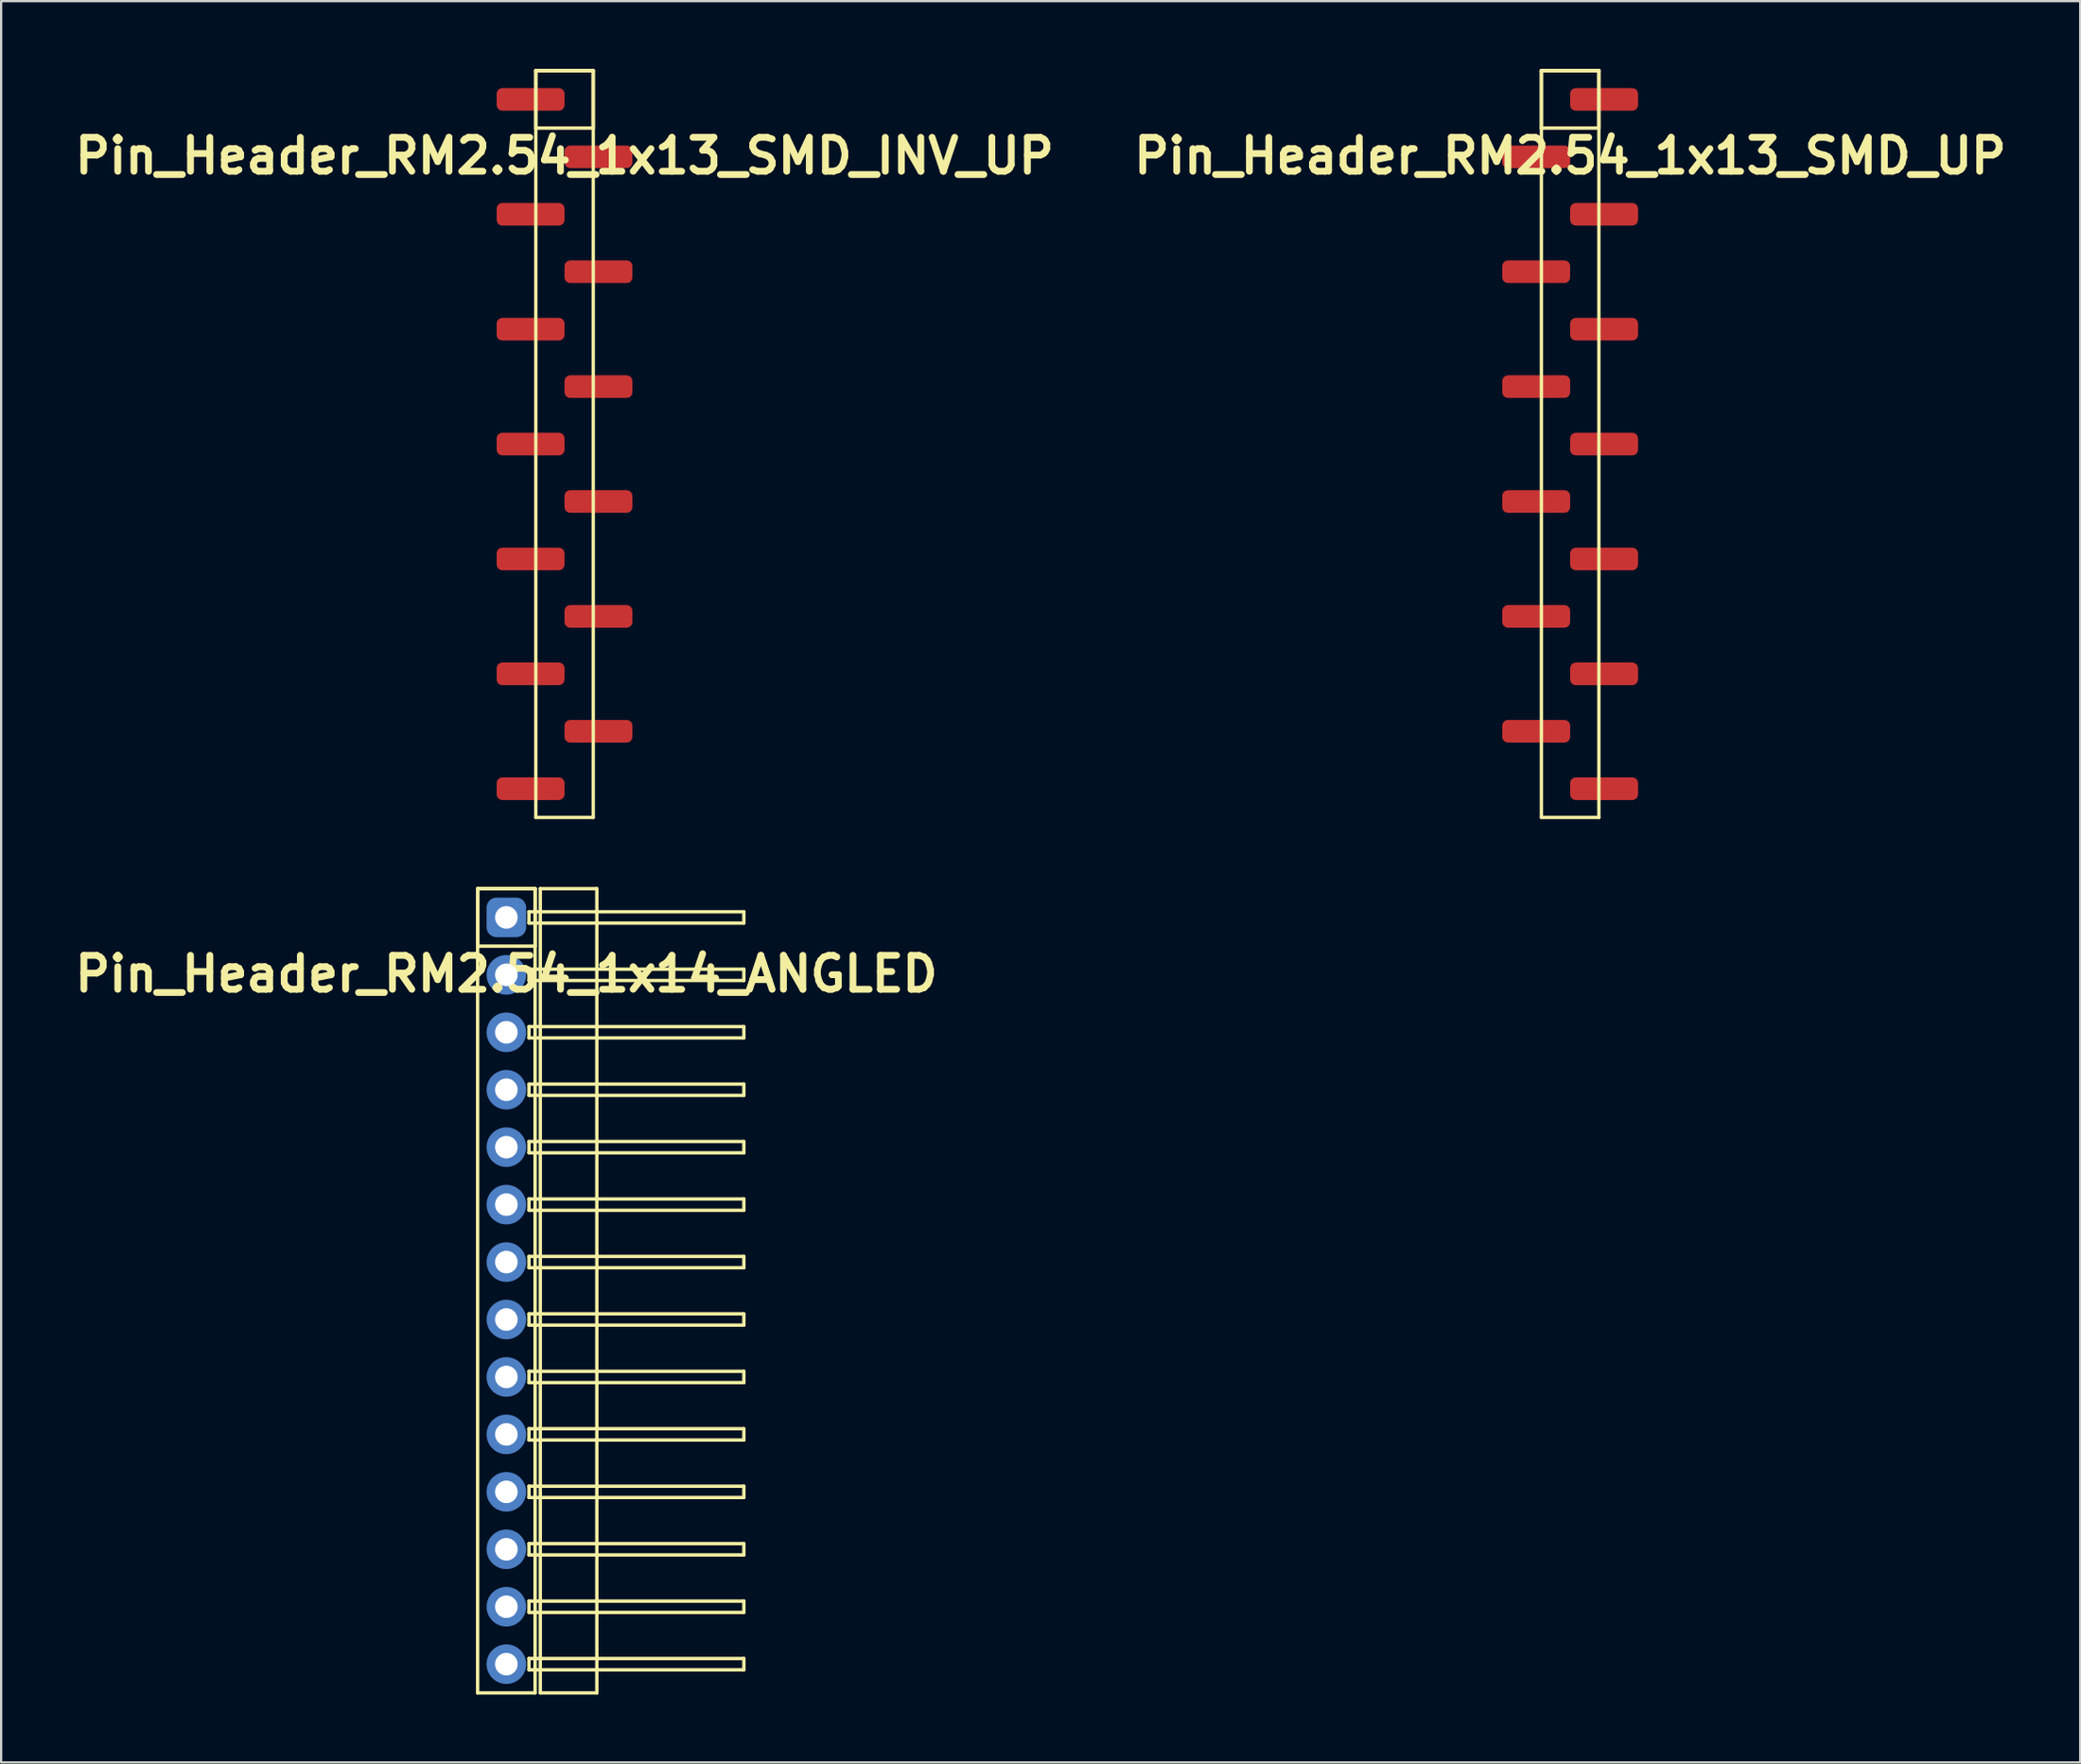
<source format=kicad_pcb>
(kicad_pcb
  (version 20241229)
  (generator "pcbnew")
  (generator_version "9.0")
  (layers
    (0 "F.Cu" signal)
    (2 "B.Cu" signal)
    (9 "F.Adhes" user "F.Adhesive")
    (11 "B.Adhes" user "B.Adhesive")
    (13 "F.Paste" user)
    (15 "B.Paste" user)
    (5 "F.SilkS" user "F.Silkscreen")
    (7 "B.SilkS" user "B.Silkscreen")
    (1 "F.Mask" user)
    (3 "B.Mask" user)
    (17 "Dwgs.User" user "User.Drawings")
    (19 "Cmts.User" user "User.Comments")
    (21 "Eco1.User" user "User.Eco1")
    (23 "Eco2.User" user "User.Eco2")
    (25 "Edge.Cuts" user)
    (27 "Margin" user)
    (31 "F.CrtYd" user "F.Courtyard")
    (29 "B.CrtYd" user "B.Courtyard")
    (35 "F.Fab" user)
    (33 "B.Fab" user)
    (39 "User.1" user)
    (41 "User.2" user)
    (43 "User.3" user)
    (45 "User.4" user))
  (footprint "Pin_Header_RM2.54_1x13_SMD_UP"
    (layer "F.Cu")
    (at 66.364 1.345)
    (property "Reference" "Pin_Header_RM2.54_1x13_SMD_UP" (at 0 2.5 0) (layer "F.SilkS") (effects (font (size 1.5 1.5) (thickness 0.3))))
    (attr through_hole)
    (fp_line (start -1.27 -1.27) (end 1.27 -1.27) (stroke (width 0.15) (type solid)) (layer "F.SilkS"))
    (fp_line (start -1.27 -1.27) (end 1.27 -1.27) (stroke (width 0.15) (type solid)) (layer "F.SilkS"))
    (fp_line (start -1.27 1.27) (end -1.27 -1.27) (stroke (width 0.15) (type solid)) (layer "F.SilkS"))
    (fp_line (start -1.27 31.75) (end -1.27 -1.27) (stroke (width 0.15) (type solid)) (layer "F.SilkS"))
    (fp_line (start 1.27 -1.27) (end 1.27 1.27) (stroke (width 0.15) (type solid)) (layer "F.SilkS"))
    (fp_line (start 1.27 -1.27) (end 1.27 31.75) (stroke (width 0.15) (type solid)) (layer "F.SilkS"))
    (fp_line (start 1.27 1.27) (end -1.27 1.27) (stroke (width 0.15) (type solid)) (layer "F.SilkS"))
    (fp_line (start 1.27 31.75) (end -1.27 31.75) (stroke (width 0.15) (type solid)) (layer "F.SilkS"))
    (pad "1" smd roundrect (at 1.5 0) (size 3 1) (layers "F.Cu" "F.Mask") (roundrect_rratio 0.25))
    (pad "2" smd roundrect (at -1.5 2.54) (size 3 1) (layers "F.Cu" "F.Mask") (roundrect_rratio 0.25))
    (pad "3" smd roundrect (at 1.5 5.08) (size 3 1) (layers "F.Cu" "F.Mask") (roundrect_rratio 0.25))
    (pad "4" smd roundrect (at -1.5 7.62) (size 3 1) (layers "F.Cu" "F.Mask") (roundrect_rratio 0.25))
    (pad "5" smd roundrect (at 1.5 10.16) (size 3 1) (layers "F.Cu" "F.Mask") (roundrect_rratio 0.25))
    (pad "6" smd roundrect (at -1.5 12.7) (size 3 1) (layers "F.Cu" "F.Mask") (roundrect_rratio 0.25))
    (pad "7" smd roundrect (at 1.5 15.24) (size 3 1) (layers "F.Cu" "F.Mask") (roundrect_rratio 0.25))
    (pad "8" smd roundrect (at -1.5 17.78) (size 3 1) (layers "F.Cu" "F.Mask") (roundrect_rratio 0.25))
    (pad "9" smd roundrect (at 1.5 20.32) (size 3 1) (layers "F.Cu" "F.Mask") (roundrect_rratio 0.25))
    (pad "10" smd roundrect (at -1.5 22.86) (size 3 1) (layers "F.Cu" "F.Mask") (roundrect_rratio 0.25))
    (pad "11" smd roundrect (at 1.5 25.4) (size 3 1) (layers "F.Cu" "F.Mask") (roundrect_rratio 0.25))
    (pad "12" smd roundrect (at -1.5 27.94) (size 3 1) (layers "F.Cu" "F.Mask") (roundrect_rratio 0.25))
    (pad "13" smd roundrect (at 1.5 30.48) (size 3 1) (layers "F.Cu" "F.Mask") (roundrect_rratio 0.25)))
  (footprint "Pin_Header_RM2.54_1x14_ANGLED"
    (layer "F.Cu")
    (at 19.336 37.515)
    (property "Reference" "Pin_Header_RM2.54_1x14_ANGLED" (at 0 2.5 0) (layer "F.SilkS") (effects (font (size 1.5 1.5) (thickness 0.3))))
    (attr through_hole)
    (fp_line (start -1.27 -1.27) (end 1.27 -1.27) (stroke (width 0.15) (type solid)) (layer "F.SilkS"))
    (fp_line (start -1.27 -1.27) (end 1.27 -1.27) (stroke (width 0.15) (type solid)) (layer "F.SilkS"))
    (fp_line (start -1.27 1.27) (end -1.27 -1.27) (stroke (width 0.15) (type solid)) (layer "F.SilkS"))
    (fp_line (start -1.27 34.29) (end -1.27 -1.27) (stroke (width 0.15) (type solid)) (layer "F.SilkS"))
    (fp_line (start 1 -0.25) (end 10.5 -0.25) (stroke (width 0.15) (type solid)) (layer "F.SilkS"))
    (fp_line (start 1 0.25) (end 1 -0.25) (stroke (width 0.15) (type solid)) (layer "F.SilkS"))
    (fp_line (start 1 2.29) (end 10.5 2.29) (stroke (width 0.15) (type solid)) (layer "F.SilkS"))
    (fp_line (start 1 2.79) (end 1 2.29) (stroke (width 0.15) (type solid)) (layer "F.SilkS"))
    (fp_line (start 1 4.83) (end 10.5 4.83) (stroke (width 0.15) (type solid)) (layer "F.SilkS"))
    (fp_line (start 1 5.33) (end 1 4.83) (stroke (width 0.15) (type solid)) (layer "F.SilkS"))
    (fp_line (start 1 7.37) (end 10.5 7.37) (stroke (width 0.15) (type solid)) (layer "F.SilkS"))
    (fp_line (start 1 7.87) (end 1 7.37) (stroke (width 0.15) (type solid)) (layer "F.SilkS"))
    (fp_line (start 1 9.91) (end 10.5 9.91) (stroke (width 0.15) (type solid)) (layer "F.SilkS"))
    (fp_line (start 1 10.41) (end 1 9.91) (stroke (width 0.15) (type solid)) (layer "F.SilkS"))
    (fp_line (start 1 12.45) (end 10.5 12.45) (stroke (width 0.15) (type solid)) (layer "F.SilkS"))
    (fp_line (start 1 12.95) (end 1 12.45) (stroke (width 0.15) (type solid)) (layer "F.SilkS"))
    (fp_line (start 1 14.99) (end 10.5 14.99) (stroke (width 0.15) (type solid)) (layer "F.SilkS"))
    (fp_line (start 1 15.49) (end 1 14.99) (stroke (width 0.15) (type solid)) (layer "F.SilkS"))
    (fp_line (start 1 17.53) (end 10.5 17.53) (stroke (width 0.15) (type solid)) (layer "F.SilkS"))
    (fp_line (start 1 18.03) (end 1 17.53) (stroke (width 0.15) (type solid)) (layer "F.SilkS"))
    (fp_line (start 1 20.07) (end 10.5 20.07) (stroke (width 0.15) (type solid)) (layer "F.SilkS"))
    (fp_line (start 1 20.57) (end 1 20.07) (stroke (width 0.15) (type solid)) (layer "F.SilkS"))
    (fp_line (start 1 22.61) (end 10.5 22.61) (stroke (width 0.15) (type solid)) (layer "F.SilkS"))
    (fp_line (start 1 23.11) (end 1 22.61) (stroke (width 0.15) (type solid)) (layer "F.SilkS"))
    (fp_line (start 1 25.15) (end 10.5 25.15) (stroke (width 0.15) (type solid)) (layer "F.SilkS"))
    (fp_line (start 1 25.65) (end 1 25.15) (stroke (width 0.15) (type solid)) (layer "F.SilkS"))
    (fp_line (start 1 27.69) (end 10.5 27.69) (stroke (width 0.15) (type solid)) (layer "F.SilkS"))
    (fp_line (start 1 28.19) (end 1 27.69) (stroke (width 0.15) (type solid)) (layer "F.SilkS"))
    (fp_line (start 1 30.23) (end 10.5 30.23) (stroke (width 0.15) (type solid)) (layer "F.SilkS"))
    (fp_line (start 1 30.73) (end 1 30.23) (stroke (width 0.15) (type solid)) (layer "F.SilkS"))
    (fp_line (start 1 32.77) (end 10.5 32.77) (stroke (width 0.15) (type solid)) (layer "F.SilkS"))
    (fp_line (start 1 33.27) (end 1 32.77) (stroke (width 0.15) (type solid)) (layer "F.SilkS"))
    (fp_line (start 1.27 -1.27) (end 1.27 1.27) (stroke (width 0.15) (type solid)) (layer "F.SilkS"))
    (fp_line (start 1.27 -1.27) (end 1.27 34.29) (stroke (width 0.15) (type solid)) (layer "F.SilkS"))
    (fp_line (start 1.27 1.27) (end -1.27 1.27) (stroke (width 0.15) (type solid)) (layer "F.SilkS"))
    (fp_line (start 1.27 34.29) (end -1.27 34.29) (stroke (width 0.15) (type solid)) (layer "F.SilkS"))
    (fp_line (start 1.5 -1.27) (end 4 -1.27) (stroke (width 0.15) (type solid)) (layer "F.SilkS"))
    (fp_line (start 1.5 34.29) (end 1.5 -1.27) (stroke (width 0.15) (type solid)) (layer "F.SilkS"))
    (fp_line (start 4 -1.27) (end 4 34.29) (stroke (width 0.15) (type solid)) (layer "F.SilkS"))
    (fp_line (start 4 34.29) (end 1.5 34.29) (stroke (width 0.15) (type solid)) (layer "F.SilkS"))
    (fp_line (start 10.5 -0.25) (end 10.5 0.25) (stroke (width 0.15) (type solid)) (layer "F.SilkS"))
    (fp_line (start 10.5 0.25) (end 1 0.25) (stroke (width 0.15) (type solid)) (layer "F.SilkS"))
    (fp_line (start 10.5 2.29) (end 10.5 2.79) (stroke (width 0.15) (type solid)) (layer "F.SilkS"))
    (fp_line (start 10.5 2.79) (end 1 2.79) (stroke (width 0.15) (type solid)) (layer "F.SilkS"))
    (fp_line (start 10.5 4.83) (end 10.5 5.33) (stroke (width 0.15) (type solid)) (layer "F.SilkS"))
    (fp_line (start 10.5 5.33) (end 1 5.33) (stroke (width 0.15) (type solid)) (layer "F.SilkS"))
    (fp_line (start 10.5 7.37) (end 10.5 7.87) (stroke (width 0.15) (type solid)) (layer "F.SilkS"))
    (fp_line (start 10.5 7.87) (end 1 7.87) (stroke (width 0.15) (type solid)) (layer "F.SilkS"))
    (fp_line (start 10.5 9.91) (end 10.5 10.41) (stroke (width 0.15) (type solid)) (layer "F.SilkS"))
    (fp_line (start 10.5 10.41) (end 1 10.41) (stroke (width 0.15) (type solid)) (layer "F.SilkS"))
    (fp_line (start 10.5 12.45) (end 10.5 12.95) (stroke (width 0.15) (type solid)) (layer "F.SilkS"))
    (fp_line (start 10.5 12.95) (end 1 12.95) (stroke (width 0.15) (type solid)) (layer "F.SilkS"))
    (fp_line (start 10.5 14.99) (end 10.5 15.49) (stroke (width 0.15) (type solid)) (layer "F.SilkS"))
    (fp_line (start 10.5 15.49) (end 1 15.49) (stroke (width 0.15) (type solid)) (layer "F.SilkS"))
    (fp_line (start 10.5 17.53) (end 10.5 18.03) (stroke (width 0.15) (type solid)) (layer "F.SilkS"))
    (fp_line (start 10.5 18.03) (end 1 18.03) (stroke (width 0.15) (type solid)) (layer "F.SilkS"))
    (fp_line (start 10.5 20.07) (end 10.5 20.57) (stroke (width 0.15) (type solid)) (layer "F.SilkS"))
    (fp_line (start 10.5 20.57) (end 1 20.57) (stroke (width 0.15) (type solid)) (layer "F.SilkS"))
    (fp_line (start 10.5 22.61) (end 10.5 23.11) (stroke (width 0.15) (type solid)) (layer "F.SilkS"))
    (fp_line (start 10.5 23.11) (end 1 23.11) (stroke (width 0.15) (type solid)) (layer "F.SilkS"))
    (fp_line (start 10.5 25.15) (end 10.5 25.65) (stroke (width 0.15) (type solid)) (layer "F.SilkS"))
    (fp_line (start 10.5 25.65) (end 1 25.65) (stroke (width 0.15) (type solid)) (layer "F.SilkS"))
    (fp_line (start 10.5 27.69) (end 10.5 28.19) (stroke (width 0.15) (type solid)) (layer "F.SilkS"))
    (fp_line (start 10.5 28.19) (end 1 28.19) (stroke (width 0.15) (type solid)) (layer "F.SilkS"))
    (fp_line (start 10.5 30.23) (end 10.5 30.73) (stroke (width 0.15) (type solid)) (layer "F.SilkS"))
    (fp_line (start 10.5 30.73) (end 1 30.73) (stroke (width 0.15) (type solid)) (layer "F.SilkS"))
    (fp_line (start 10.5 32.77) (end 10.5 33.27) (stroke (width 0.15) (type solid)) (layer "F.SilkS"))
    (fp_line (start 10.5 33.27) (end 1 33.27) (stroke (width 0.15) (type solid)) (layer "F.SilkS"))
    (pad "1" thru_hole circle (at 0 0) (size 1.3 1.3) (drill 1) (layers "*.Cu" "*.Mask"))
    (pad "1" smd roundrect (at 0 0) (size 1.5 1.5) (layers "F.Cu" "F.Mask") (roundrect_rratio 0.25))
    (pad "1" smd roundrect (at 0 0) (size 1.75 1.75) (layers "B.Cu" "B.Mask") (roundrect_rratio 0.25))
    (pad "2" thru_hole circle (at 0 2.54) (size 1.3 1.3) (drill 1) (layers "*.Cu" "*.Mask"))
    (pad "2" smd circle (at 0 2.54) (size 1.5 1.5) (layers "F.Cu" "F.Mask"))
    (pad "2" smd circle (at 0 2.54) (size 1.75 1.75) (layers "B.Cu" "B.Mask"))
    (pad "3" thru_hole circle (at 0 5.08) (size 1.3 1.3) (drill 1) (layers "*.Cu" "*.Mask"))
    (pad "3" smd circle (at 0 5.08) (size 1.5 1.5) (layers "F.Cu" "F.Mask"))
    (pad "3" smd circle (at 0 5.08) (size 1.75 1.75) (layers "B.Cu" "B.Mask"))
    (pad "4" thru_hole circle (at 0 7.62) (size 1.3 1.3) (drill 1) (layers "*.Cu" "*.Mask"))
    (pad "4" smd circle (at 0 7.62) (size 1.5 1.5) (layers "F.Cu" "F.Mask"))
    (pad "4" smd circle (at 0 7.62) (size 1.75 1.75) (layers "B.Cu" "B.Mask"))
    (pad "5" thru_hole circle (at 0 10.16) (size 1.3 1.3) (drill 1) (layers "*.Cu" "*.Mask"))
    (pad "5" smd circle (at 0 10.16) (size 1.5 1.5) (layers "F.Cu" "F.Mask"))
    (pad "5" smd circle (at 0 10.16) (size 1.75 1.75) (layers "B.Cu" "B.Mask"))
    (pad "6" thru_hole circle (at 0 12.7) (size 1.3 1.3) (drill 1) (layers "*.Cu" "*.Mask"))
    (pad "6" smd circle (at 0 12.7) (size 1.5 1.5) (layers "F.Cu" "F.Mask"))
    (pad "6" smd circle (at 0 12.7) (size 1.75 1.75) (layers "B.Cu" "B.Mask"))
    (pad "7" thru_hole circle (at 0 15.24) (size 1.3 1.3) (drill 1) (layers "*.Cu" "*.Mask"))
    (pad "7" smd circle (at 0 15.24) (size 1.5 1.5) (layers "F.Cu" "F.Mask"))
    (pad "7" smd circle (at 0 15.24) (size 1.75 1.75) (layers "B.Cu" "B.Mask"))
    (pad "8" thru_hole circle (at 0 17.78) (size 1.3 1.3) (drill 1) (layers "*.Cu" "*.Mask"))
    (pad "8" smd circle (at 0 17.78) (size 1.5 1.5) (layers "F.Cu" "F.Mask"))
    (pad "8" smd circle (at 0 17.78) (size 1.75 1.75) (layers "B.Cu" "B.Mask"))
    (pad "9" thru_hole circle (at 0 20.32) (size 1.3 1.3) (drill 1) (layers "*.Cu" "*.Mask"))
    (pad "9" smd circle (at 0 20.32) (size 1.5 1.5) (layers "F.Cu" "F.Mask"))
    (pad "9" smd circle (at 0 20.32) (size 1.75 1.75) (layers "B.Cu" "B.Mask"))
    (pad "10" thru_hole circle (at 0 22.86) (size 1.3 1.3) (drill 1) (layers "*.Cu" "*.Mask"))
    (pad "10" smd circle (at 0 22.86) (size 1.5 1.5) (layers "F.Cu" "F.Mask"))
    (pad "10" smd circle (at 0 22.86) (size 1.75 1.75) (layers "B.Cu" "B.Mask"))
    (pad "11" thru_hole circle (at 0 25.4) (size 1.3 1.3) (drill 1) (layers "*.Cu" "*.Mask"))
    (pad "11" smd circle (at 0 25.4) (size 1.5 1.5) (layers "F.Cu" "F.Mask"))
    (pad "11" smd circle (at 0 25.4) (size 1.75 1.75) (layers "B.Cu" "B.Mask"))
    (pad "12" thru_hole circle (at 0 27.94) (size 1.3 1.3) (drill 1) (layers "*.Cu" "*.Mask"))
    (pad "12" smd circle (at 0 27.94) (size 1.5 1.5) (layers "F.Cu" "F.Mask"))
    (pad "12" smd circle (at 0 27.94) (size 1.75 1.75) (layers "B.Cu" "B.Mask"))
    (pad "13" thru_hole circle (at 0 30.48) (size 1.3 1.3) (drill 1) (layers "*.Cu" "*.Mask"))
    (pad "13" smd circle (at 0 30.48) (size 1.5 1.5) (layers "F.Cu" "F.Mask"))
    (pad "13" smd circle (at 0 30.48) (size 1.75 1.75) (layers "B.Cu" "B.Mask"))
    (pad "14" thru_hole circle (at 0 33.02) (size 1.3 1.3) (drill 1) (layers "*.Cu" "*.Mask"))
    (pad "14" smd circle (at 0 33.02) (size 1.5 1.5) (layers "F.Cu" "F.Mask"))
    (pad "14" smd circle (at 0 33.02) (size 1.75 1.75) (layers "B.Cu" "B.Mask")))
  (footprint "Pin_Header_RM2.54_1x13_SMD_INV_UP"
    (layer "F.Cu")
    (at 21.907 1.345)
    (property "Reference" "Pin_Header_RM2.54_1x13_SMD_INV_UP" (at 0 2.5 0) (layer "F.SilkS") (effects (font (size 1.5 1.5) (thickness 0.3))))
    (attr through_hole)
    (fp_line (start -1.27 -1.27) (end 1.27 -1.27) (stroke (width 0.15) (type solid)) (layer "F.SilkS"))
    (fp_line (start -1.27 -1.27) (end 1.27 -1.27) (stroke (width 0.15) (type solid)) (layer "F.SilkS"))
    (fp_line (start -1.27 1.27) (end -1.27 -1.27) (stroke (width 0.15) (type solid)) (layer "F.SilkS"))
    (fp_line (start -1.27 31.75) (end -1.27 -1.27) (stroke (width 0.15) (type solid)) (layer "F.SilkS"))
    (fp_line (start 1.27 -1.27) (end 1.27 1.27) (stroke (width 0.15) (type solid)) (layer "F.SilkS"))
    (fp_line (start 1.27 -1.27) (end 1.27 31.75) (stroke (width 0.15) (type solid)) (layer "F.SilkS"))
    (fp_line (start 1.27 1.27) (end -1.27 1.27) (stroke (width 0.15) (type solid)) (layer "F.SilkS"))
    (fp_line (start 1.27 31.75) (end -1.27 31.75) (stroke (width 0.15) (type solid)) (layer "F.SilkS"))
    (pad "1" smd roundrect (at -1.5 0) (size 3 1) (layers "F.Cu" "F.Mask" "F.Paste") (roundrect_rratio 0.25))
    (pad "2" smd roundrect (at 1.5 2.54) (size 3 1) (layers "F.Cu" "F.Mask" "F.Paste") (roundrect_rratio 0.25))
    (pad "3" smd roundrect (at -1.5 5.08) (size 3 1) (layers "F.Cu" "F.Mask" "F.Paste") (roundrect_rratio 0.25))
    (pad "4" smd roundrect (at 1.5 7.62) (size 3 1) (layers "F.Cu" "F.Mask" "F.Paste") (roundrect_rratio 0.25))
    (pad "5" smd roundrect (at -1.5 10.16) (size 3 1) (layers "F.Cu" "F.Mask" "F.Paste") (roundrect_rratio 0.25))
    (pad "6" smd roundrect (at 1.5 12.7) (size 3 1) (layers "F.Cu" "F.Mask" "F.Paste") (roundrect_rratio 0.25))
    (pad "7" smd roundrect (at -1.5 15.24) (size 3 1) (layers "F.Cu" "F.Mask" "F.Paste") (roundrect_rratio 0.25))
    (pad "8" smd roundrect (at 1.5 17.78) (size 3 1) (layers "F.Cu" "F.Mask" "F.Paste") (roundrect_rratio 0.25))
    (pad "9" smd roundrect (at -1.5 20.32) (size 3 1) (layers "F.Cu" "F.Mask" "F.Paste") (roundrect_rratio 0.25))
    (pad "10" smd roundrect (at 1.5 22.86) (size 3 1) (layers "F.Cu" "F.Mask" "F.Paste") (roundrect_rratio 0.25))
    (pad "11" smd roundrect (at -1.5 25.4) (size 3 1) (layers "F.Cu" "F.Mask" "F.Paste") (roundrect_rratio 0.25))
    (pad "12" smd roundrect (at 1.5 27.94) (size 3 1) (layers "F.Cu" "F.Mask" "F.Paste") (roundrect_rratio 0.25))
    (pad "13" smd roundrect (at -1.5 30.48) (size 3 1) (layers "F.Cu" "F.Mask" "F.Paste") (roundrect_rratio 0.25)))
  (gr_rect
    (start -3 -3)
    (end 88.914 74.88)
    (stroke (width 0.1) (type default))
    (fill no)
    (layer "Edge.Cuts")))
</source>
